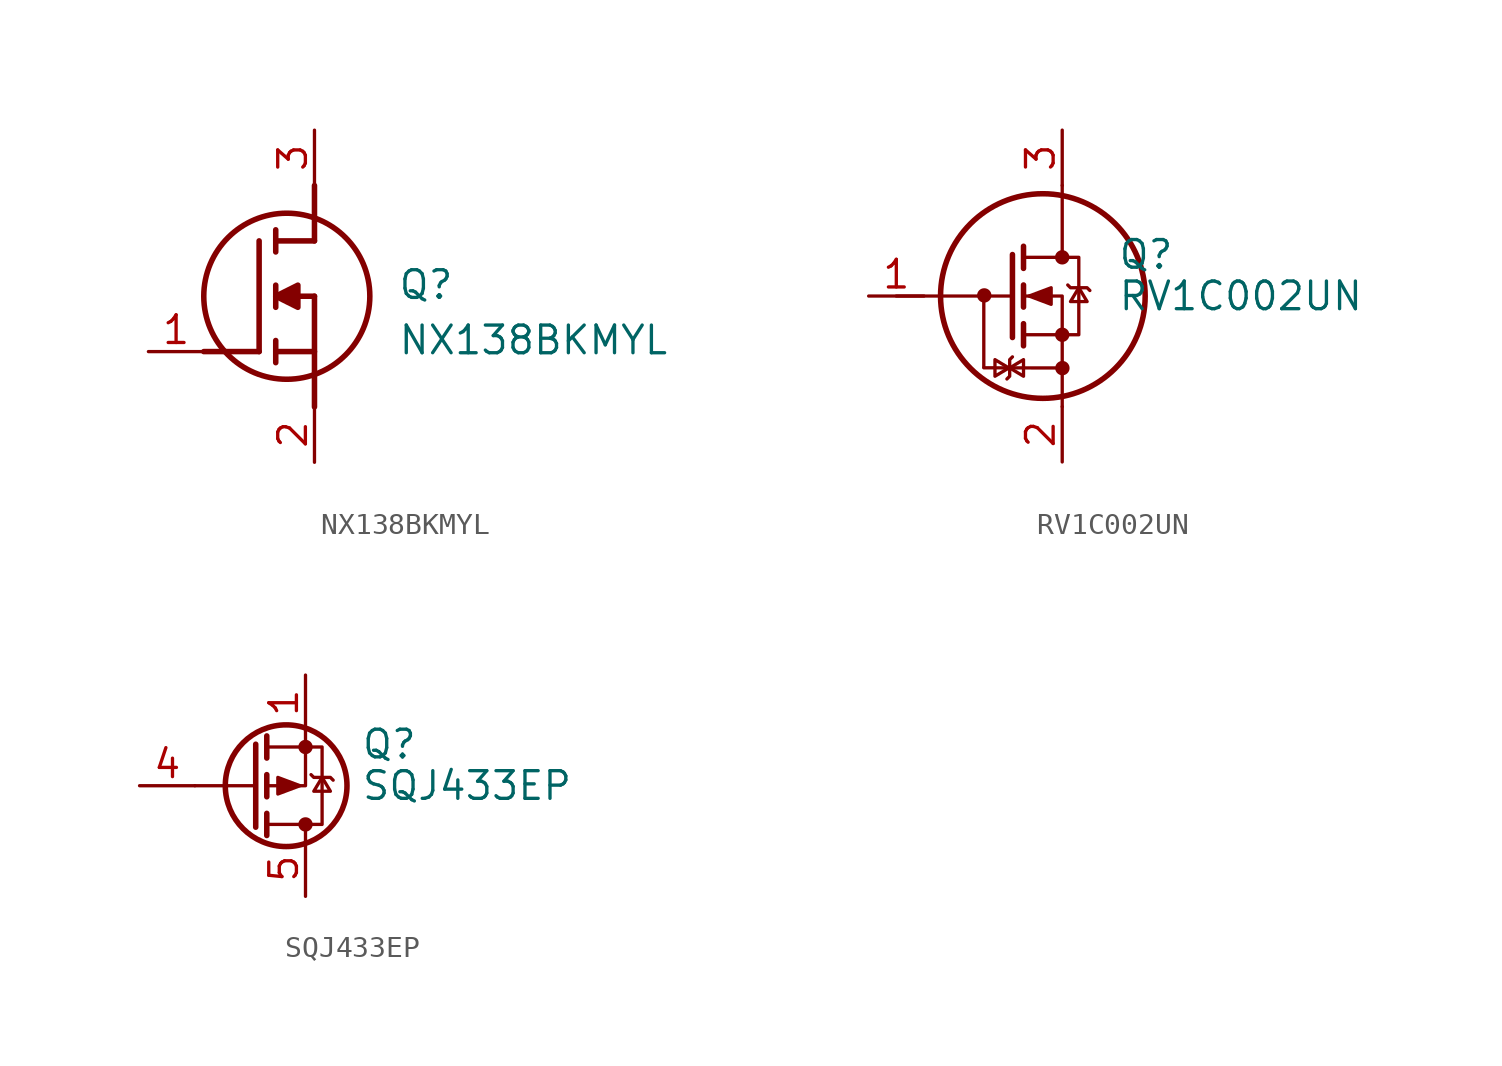
<source format=kicad_sym>
(kicad_symbol_lib
  (version 20231120)
  (generator "kicad_symbol_editor")
  (generator_version "8.0")
  (symbol "NX138BKMYL"
    (pin_names hide)
    (property "Reference" "Q"
      (at 11.43 3.81 0)
      (effects (font (size 1.27 1.27)) (justify left top)))
    (property "Value" "NX138BKMYL"
      (at 11.43 1.27 0)
      (effects (font (size 1.27 1.27)) (justify left top)))
    (symbol "NX138BKMYL_1_1"
      (polyline (pts (xy 2.54 0) (xy 5.08 0)) (stroke (width 0.254) (type default)) (fill (type none)))
      (polyline (pts (xy 5.08 5.08) (xy 5.08 0)) (stroke (width 0.254) (type default)) (fill (type none)))
      (polyline (pts (xy 5.842 -0.508) (xy 5.842 0.508)) (stroke (width 0.254) (type default)) (fill (type none)))
      (polyline (pts (xy 5.842 0) (xy 7.62 0)) (stroke (width 0.254) (type default)) (fill (type none)))
      (polyline (pts (xy 5.842 2.032) (xy 5.842 3.048)) (stroke (width 0.254) (type default)) (fill (type none)))
      (polyline (pts (xy 5.842 5.588) (xy 5.842 4.572)) (stroke (width 0.254) (type default)) (fill (type none)))
      (polyline (pts (xy 7.62 2.54) (xy 5.842 2.54)) (stroke (width 0.254) (type default)) (fill (type none)))
      (polyline (pts (xy 7.62 2.54) (xy 7.62 -2.54)) (stroke (width 0.254) (type default)) (fill (type none)))
      (polyline (pts (xy 7.62 5.08) (xy 5.842 5.08)) (stroke (width 0.254) (type default)) (fill (type none)))
      (polyline (pts (xy 7.62 5.08) (xy 7.62 7.62)) (stroke (width 0.254) (type default)) (fill (type none)))
      (polyline (pts (xy 5.842 2.54) (xy 6.858 3.048) (xy 6.858 2.032) (xy 5.842 2.54)) (stroke (width 0.254) (type default)) (fill (type outline)))
      (circle (center 6.35 2.54) (radius 3.81) (stroke (width 0.254) (type default)) (fill (type none)))
      (pin passive line (at 0 0 0) (length 2.54) (name "G" (effects (font (size 1.27 1.27)))) (number "1" (effects (font (size 1.27 1.27)))))
      (pin passive line (at 7.62 -5.08 90) (length 2.54) (name "S" (effects (font (size 1.27 1.27)))) (number "2" (effects (font (size 1.27 1.27)))))
      (pin passive line (at 7.62 10.16 270) (length 2.54) (name "D" (effects (font (size 1.27 1.27)))) (number "3" (effects (font (size 1.27 1.27)))))))
  (symbol "RV1C002UN"
    (pin_names hide)
    (property "Reference" "Q"
      (at 5.08 1.905 0)
      (effects (font (size 1.27 1.27)) (justify left)))
    (property "Value" "RV1C002UN"
      (at 5.08 0 0)
      (effects (font (size 1.27 1.27)) (justify left)))
    (symbol "RV1C002UN_0_1"
      (circle (center -1.041 0.029) (radius 0.254) (stroke (width 0) (type default)) (fill (type outline)))
      (polyline (pts (xy -1.062 -3.296) (xy 2.552 -3.304)) (stroke (width 0) (type default)) (fill (type none)))
      (polyline (pts (xy -1.062 -3.267) (xy -1.062 -0.113)) (stroke (width 0) (type default)) (fill (type none)))
      (polyline (pts (xy 0.254 0) (xy -5.08 0)) (stroke (width 0) (type default)) (fill (type none)))
      (polyline (pts (xy 0.254 1.905) (xy 0.254 -1.905)) (stroke (width 0.254) (type default)) (fill (type none)))
      (polyline (pts (xy 0.762 -1.27) (xy 0.762 -2.286)) (stroke (width 0.254) (type default)) (fill (type none)))
      (polyline (pts (xy 0.762 0.508) (xy 0.762 -0.508)) (stroke (width 0.254) (type default)) (fill (type none)))
      (polyline (pts (xy 0.762 2.286) (xy 0.762 1.27)) (stroke (width 0.254) (type default)) (fill (type none)))
      (polyline (pts (xy 2.54 5.08) (xy 2.54 1.778)) (stroke (width 0) (type default)) (fill (type none)))
      (polyline (pts (xy 2.54 -5.08) (xy 2.54 0) (xy 0.762 0)) (stroke (width 0) (type default)) (fill (type none)))
      (polyline (pts (xy 0 -3.81) (xy 0.127 -3.683) (xy 0.127 -2.921) (xy 0.254 -2.794)) (stroke (width 0) (type default)) (fill (type none)))
      (polyline (pts (xy 0.086 -3.302) (xy -0.549 -2.921) (xy -0.549 -3.683) (xy 0.086 -3.302)) (stroke (width 0) (type default)) (fill (type none)))
      (polyline (pts (xy 0.127 -3.302) (xy 0.762 -3.683) (xy 0.762 -2.921) (xy 0.127 -3.302)) (stroke (width 0) (type default)) (fill (type none)))
      (polyline (pts (xy 0.762 -1.778) (xy 3.302 -1.778) (xy 3.302 1.778) (xy 0.762 1.778)) (stroke (width 0) (type default)) (fill (type none)))
      (polyline (pts (xy 1.016 0) (xy 2.032 0.381) (xy 2.032 -0.381) (xy 1.016 0)) (stroke (width 0) (type default)) (fill (type outline)))
      (polyline (pts (xy 2.794 0.508) (xy 2.921 0.381) (xy 3.683 0.381) (xy 3.81 0.254)) (stroke (width 0) (type default)) (fill (type none)))
      (polyline (pts (xy 3.302 0.381) (xy 2.921 -0.254) (xy 3.683 -0.254) (xy 3.302 0.381)) (stroke (width 0) (type default)) (fill (type none)))
      (circle (center 1.651 0) (radius 4.699) (stroke (width 0.254) (type default)) (fill (type none)))
      (circle (center 2.54 -1.778) (radius 0.254) (stroke (width 0) (type default)) (fill (type outline)))
      (circle (center 2.54 1.778) (radius 0.254) (stroke (width 0) (type default)) (fill (type outline)))
      (circle (center 2.548 -3.31) (radius 0.254) (stroke (width 0) (type default)) (fill (type outline))))
    (symbol "RV1C002UN_1_1"
      (pin input line (at -6.35 0 0) (length 2.54) (name "G" (effects (font (size 1.27 1.27)))) (number "1" (effects (font (size 1.27 1.27)))))
      (pin passive line (at 2.54 -7.62 90) (length 2.54) (name "S" (effects (font (size 1.27 1.27)))) (number "2" (effects (font (size 1.27 1.27)))))
      (pin passive line (at 2.54 7.62 270) (length 2.54) (name "D" (effects (font (size 1.27 1.27)))) (number "3" (effects (font (size 1.27 1.27)))))))
  (symbol "SQJ433EP"
    (pin_names hide)
    (property "Reference" "Q"
      (at 5.08 1.905 0)
      (effects (font (size 1.27 1.27)) (justify left)))
    (property "Value" "SQJ433EP"
      (at 5.08 0 0)
      (effects (font (size 1.27 1.27)) (justify left)))
    (symbol "SQJ433EP_0_1"
      (polyline (pts (xy 0.254 -1.905) (xy 0.254 1.905)) (stroke (width 0.254) (type default)) (fill (type none)))
      (polyline (pts (xy 0.254 0) (xy -2.54 0)) (stroke (width 0) (type default)) (fill (type none)))
      (polyline (pts (xy 0.762 -2.286) (xy 0.762 -1.27)) (stroke (width 0.254) (type default)) (fill (type none)))
      (polyline (pts (xy 0.762 -0.508) (xy 0.762 0.508)) (stroke (width 0.254) (type default)) (fill (type none)))
      (polyline (pts (xy 0.762 1.27) (xy 0.762 2.286)) (stroke (width 0.254) (type default)) (fill (type none)))
      (polyline (pts (xy 2.54 -2.54) (xy 2.54 -1.778)) (stroke (width 0) (type default)) (fill (type none)))
      (polyline (pts (xy 2.54 2.54) (xy 2.54 0) (xy 0.762 0)) (stroke (width 0) (type default)) (fill (type none)))
      (polyline (pts (xy 0.762 -1.778) (xy 3.302 -1.778) (xy 3.302 1.778) (xy 0.762 1.778)) (stroke (width 0) (type default)) (fill (type none)))
      (polyline (pts (xy 2.286 0) (xy 1.27 -0.381) (xy 1.27 0.381) (xy 2.286 0)) (stroke (width 0) (type default)) (fill (type outline)))
      (polyline (pts (xy 2.794 0.508) (xy 2.921 0.381) (xy 3.683 0.381) (xy 3.81 0.254)) (stroke (width 0) (type default)) (fill (type none)))
      (polyline (pts (xy 3.302 0.381) (xy 2.921 -0.254) (xy 3.683 -0.254) (xy 3.302 0.381)) (stroke (width 0) (type default)) (fill (type none)))
      (circle (center 1.651 0) (radius 2.794) (stroke (width 0.254) (type default)) (fill (type none)))
      (circle (center 2.54 -1.778) (radius 0.254) (stroke (width 0) (type default)) (fill (type outline)))
      (circle (center 2.54 1.778) (radius 0.254) (stroke (width 0) (type default)) (fill (type outline))))
    (symbol "SQJ433EP_1_1"
      (pin passive line (at 2.54 5.08 270) (length 2.54) (name "S" (effects (font (size 1.27 1.27)))) (number "1" (effects (font (size 1.27 1.27)))))
      (pin passive line (at 2.54 5.08 270) (length 2.54) hide (name "S" (effects (font (size 1.27 1.27)))) (number "2" (effects (font (size 1.27 1.27)))))
      (pin passive line (at 2.54 5.08 270) (length 2.54) hide (name "S" (effects (font (size 1.27 1.27)))) (number "3" (effects (font (size 1.27 1.27)))))
      (pin input line (at -5.08 0 0) (length 2.54) (name "G" (effects (font (size 1.27 1.27)))) (number "4" (effects (font (size 1.27 1.27)))))
      (pin passive line (at 2.54 -5.08 90) (length 2.54) (name "D" (effects (font (size 1.27 1.27)))) (number "5" (effects (font (size 1.27 1.27))))))))
</source>
